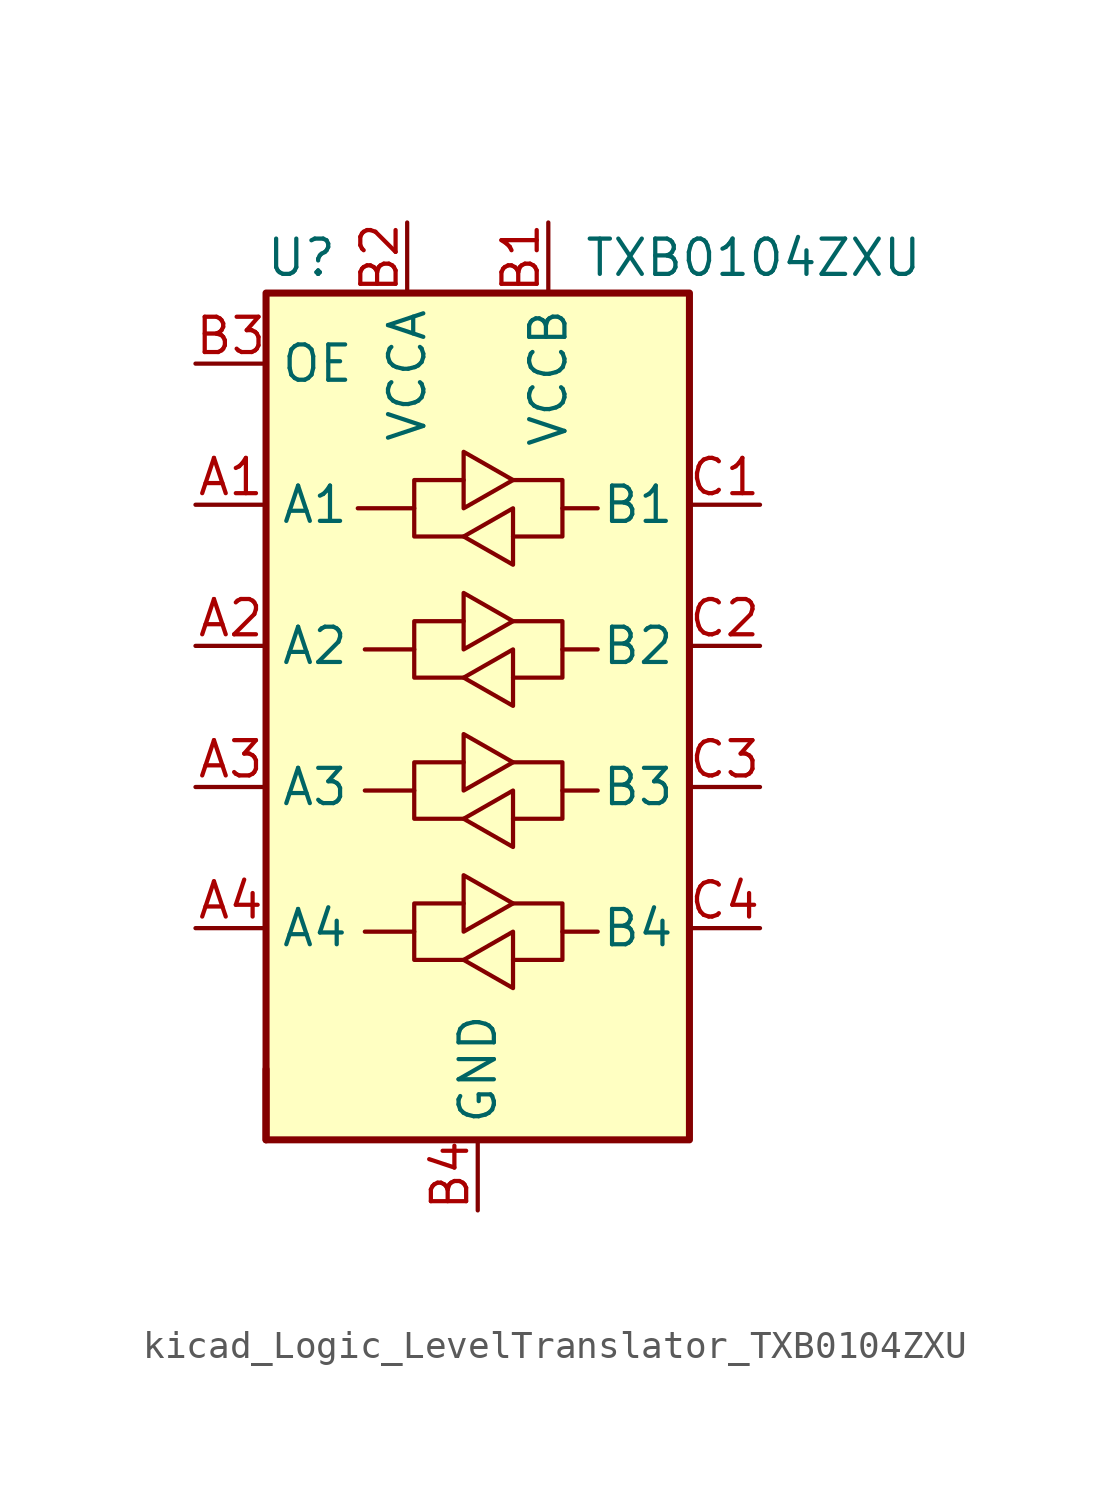
<source format=kicad_sym>
(kicad_symbol_lib
  (version 20220914)
  (generator kicad_symbol_editor)
  (symbol "kicad_Logic_LevelTranslator_TXB0104ZXU"
    (property "Reference" "U"
      (at -6.35 16.51 0)
      (effects (font (size 1.27 1.27))))
    (property "Value" "TXB0104ZXU"
      (at 3.81 16.51 0)
      (effects (font (size 1.27 1.27)) (justify left)))
    (symbol "kicad_Logic_LevelTranslator_TXB0104ZXU_0_1"
      (rectangle (start -7.62 -15.24) (end -7.62 -12.7) (stroke (width 0.254) (type default)) (fill (type none)))
      (rectangle (start -7.62 15.24) (end 7.62 -15.24) (stroke (width 0.254) (type default)) (fill (type background)))
      (polyline (pts (xy -2.286 -7.747) (xy -2.286 -6.731) (xy -0.508 -6.731)) (stroke (width 0) (type default)) (fill (type none)))
      (polyline (pts (xy -2.286 -2.667) (xy -2.286 -1.651) (xy -0.508 -1.651)) (stroke (width 0) (type default)) (fill (type none)))
      (polyline (pts (xy -2.286 2.413) (xy -2.286 3.429) (xy -0.508 3.429)) (stroke (width 0) (type default)) (fill (type none)))
      (polyline (pts (xy -2.286 7.493) (xy -2.286 8.509) (xy -0.508 8.509)) (stroke (width 0) (type default)) (fill (type none)))
      (polyline (pts (xy 3.048 -7.747) (xy 3.048 -8.763) (xy 1.27 -8.763)) (stroke (width 0) (type default)) (fill (type none)))
      (polyline (pts (xy 3.048 -2.667) (xy 3.048 -3.683) (xy 1.27 -3.683)) (stroke (width 0) (type default)) (fill (type none)))
      (polyline (pts (xy 3.048 2.413) (xy 3.048 1.397) (xy 1.27 1.397)) (stroke (width 0) (type default)) (fill (type none)))
      (polyline (pts (xy 3.048 7.493) (xy 3.048 6.477) (xy 1.27 6.477)) (stroke (width 0) (type default)) (fill (type none)))
      (polyline (pts (xy -0.508 -8.763) (xy -2.286 -8.763) (xy -2.286 -7.747) (xy -4.064 -7.747)) (stroke (width 0) (type default)) (fill (type none)))
      (polyline (pts (xy -0.508 -8.763) (xy 1.27 -7.747) (xy 1.27 -9.779) (xy -0.508 -8.763)) (stroke (width 0) (type default)) (fill (type none)))
      (polyline (pts (xy -0.508 -3.683) (xy -2.286 -3.683) (xy -2.286 -2.667) (xy -4.064 -2.667)) (stroke (width 0) (type default)) (fill (type none)))
      (polyline (pts (xy -0.508 -3.683) (xy 1.27 -2.667) (xy 1.27 -4.699) (xy -0.508 -3.683)) (stroke (width 0) (type default)) (fill (type none)))
      (polyline (pts (xy -0.508 1.397) (xy -2.286 1.397) (xy -2.286 2.413) (xy -4.064 2.413)) (stroke (width 0) (type default)) (fill (type none)))
      (polyline (pts (xy -0.508 1.397) (xy 1.27 2.413) (xy 1.27 0.381) (xy -0.508 1.397)) (stroke (width 0) (type default)) (fill (type none)))
      (polyline (pts (xy -0.508 6.477) (xy -2.286 6.477) (xy -2.286 7.493) (xy -4.318 7.493)) (stroke (width 0) (type default)) (fill (type none)))
      (polyline (pts (xy -0.508 6.477) (xy 1.27 7.493) (xy 1.27 5.461) (xy -0.508 6.477)) (stroke (width 0) (type default)) (fill (type none)))
      (polyline (pts (xy 1.27 -6.731) (xy -0.508 -7.747) (xy -0.508 -5.715) (xy 1.27 -6.731)) (stroke (width 0) (type default)) (fill (type none)))
      (polyline (pts (xy 1.27 -6.731) (xy 3.048 -6.731) (xy 3.048 -7.747) (xy 4.318 -7.747)) (stroke (width 0) (type default)) (fill (type none)))
      (polyline (pts (xy 1.27 -1.651) (xy -0.508 -2.667) (xy -0.508 -0.635) (xy 1.27 -1.651)) (stroke (width 0) (type default)) (fill (type none)))
      (polyline (pts (xy 1.27 -1.651) (xy 3.048 -1.651) (xy 3.048 -2.667) (xy 4.318 -2.667)) (stroke (width 0) (type default)) (fill (type none)))
      (polyline (pts (xy 1.27 3.429) (xy -0.508 2.413) (xy -0.508 4.445) (xy 1.27 3.429)) (stroke (width 0) (type default)) (fill (type none)))
      (polyline (pts (xy 1.27 3.429) (xy 3.048 3.429) (xy 3.048 2.413) (xy 4.318 2.413)) (stroke (width 0) (type default)) (fill (type none)))
      (polyline (pts (xy 1.27 8.509) (xy -0.508 7.493) (xy -0.508 9.525) (xy 1.27 8.509)) (stroke (width 0) (type default)) (fill (type none)))
      (polyline (pts (xy 1.27 8.509) (xy 3.048 8.509) (xy 3.048 7.493) (xy 4.318 7.493)) (stroke (width 0) (type default)) (fill (type none))))
    (symbol "kicad_Logic_LevelTranslator_TXB0104ZXU_1_1"
      (pin bidirectional line (at -10.16 7.62 0) (length 2.54) (name "A1" (effects (font (size 1.27 1.27)))) (number "A1" (effects (font (size 1.27 1.27)))))
      (pin bidirectional line (at -10.16 2.54 0) (length 2.54) (name "A2" (effects (font (size 1.27 1.27)))) (number "A2" (effects (font (size 1.27 1.27)))))
      (pin bidirectional line (at -10.16 -2.54 0) (length 2.54) (name "A3" (effects (font (size 1.27 1.27)))) (number "A3" (effects (font (size 1.27 1.27)))))
      (pin bidirectional line (at -10.16 -7.62 0) (length 2.54) (name "A4" (effects (font (size 1.27 1.27)))) (number "A4" (effects (font (size 1.27 1.27)))))
      (pin power_in line (at 2.54 17.78 270) (length 2.54) (name "VCCB" (effects (font (size 1.27 1.27)))) (number "B1" (effects (font (size 1.27 1.27)))))
      (pin power_in line (at -2.54 17.78 270) (length 2.54) (name "VCCA" (effects (font (size 1.27 1.27)))) (number "B2" (effects (font (size 1.27 1.27)))))
      (pin input line (at -10.16 12.7 0) (length 2.54) (name "OE" (effects (font (size 1.27 1.27)))) (number "B3" (effects (font (size 1.27 1.27)))))
      (pin power_in line (at 0 -17.78 90) (length 2.54) (name "GND" (effects (font (size 1.27 1.27)))) (number "B4" (effects (font (size 1.27 1.27)))))
      (pin bidirectional line (at 10.16 7.62 180) (length 2.54) (name "B1" (effects (font (size 1.27 1.27)))) (number "C1" (effects (font (size 1.27 1.27)))))
      (pin bidirectional line (at 10.16 2.54 180) (length 2.54) (name "B2" (effects (font (size 1.27 1.27)))) (number "C2" (effects (font (size 1.27 1.27)))))
      (pin bidirectional line (at 10.16 -2.54 180) (length 2.54) (name "B3" (effects (font (size 1.27 1.27)))) (number "C3" (effects (font (size 1.27 1.27)))))
      (pin bidirectional line (at 10.16 -7.62 180) (length 2.54) (name "B4" (effects (font (size 1.27 1.27)))) (number "C4" (effects (font (size 1.27 1.27))))))))
</source>
